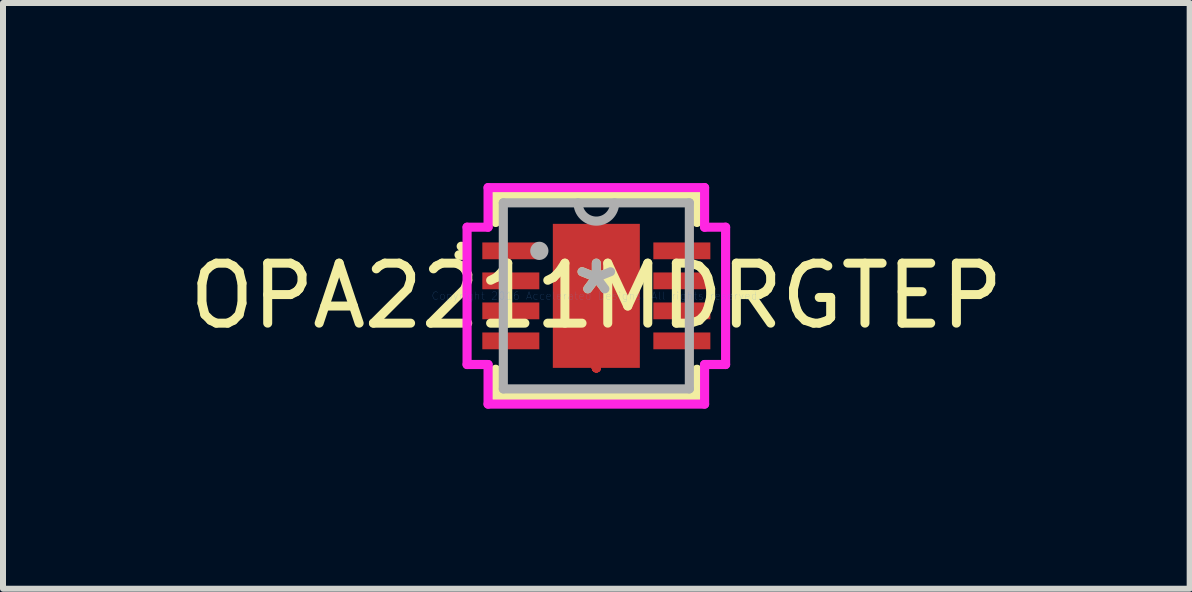
<source format=kicad_pcb>
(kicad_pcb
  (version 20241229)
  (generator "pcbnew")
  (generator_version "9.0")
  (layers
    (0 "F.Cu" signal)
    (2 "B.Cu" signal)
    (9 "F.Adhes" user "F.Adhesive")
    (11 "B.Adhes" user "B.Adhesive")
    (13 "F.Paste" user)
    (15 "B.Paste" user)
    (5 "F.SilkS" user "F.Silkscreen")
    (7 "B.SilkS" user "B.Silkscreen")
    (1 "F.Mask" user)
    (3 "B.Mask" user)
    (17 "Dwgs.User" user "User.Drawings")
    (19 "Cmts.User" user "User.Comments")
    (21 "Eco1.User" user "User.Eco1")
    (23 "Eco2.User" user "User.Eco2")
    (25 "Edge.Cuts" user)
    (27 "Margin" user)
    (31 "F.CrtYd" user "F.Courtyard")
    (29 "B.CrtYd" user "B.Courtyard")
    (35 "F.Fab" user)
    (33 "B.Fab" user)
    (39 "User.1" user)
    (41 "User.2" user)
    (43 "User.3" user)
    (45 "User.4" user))
  (footprint "OPA2211MDRGTEP"
    (layer "F.Cu")
    (at 6.887 1.88)
    (property "Reference" "OPA2211MDRGTEP" (at 0 0 0) (layer "F.SilkS") (effects (font (size 1 1) (thickness 0.15))))
    (attr through_hole)
    (fp_line (start 0 -1.2) (end 0 -1.2) (stroke (width 0.152) (type solid)) (layer "F.Cu"))
    (fp_line (start 0 -1.2) (end 0 -1.2) (stroke (width 0.152) (type solid)) (layer "F.Cu"))
    (fp_line (start 0 -1.2) (end 0 -1.2) (stroke (width 0.152) (type solid)) (layer "F.Cu"))
    (fp_line (start 0 -1.2) (end 0 -1.2) (stroke (width 0.152) (type solid)) (layer "F.Cu"))
    (fp_line (start 0 -1.2) (end 0 -1.2) (stroke (width 0.152) (type solid)) (layer "F.Cu"))
    (fp_line (start 0 -1.2) (end 0 -1.2) (stroke (width 0.152) (type solid)) (layer "F.Cu"))
    (fp_line (start 0 -1.2) (end 0 -1.2) (stroke (width 0.152) (type solid)) (layer "F.Cu"))
    (fp_line (start 0 -1.2) (end 0 -1.2) (stroke (width 0.152) (type solid)) (layer "F.Cu"))
    (fp_line (start 0 1.2) (end 0 1.2) (stroke (width 0.152) (type solid)) (layer "F.Cu"))
    (fp_line (start 0 1.2) (end 0 1.2) (stroke (width 0.152) (type solid)) (layer "F.Cu"))
    (fp_line (start 0 1.2) (end 0 1.2) (stroke (width 0.152) (type solid)) (layer "F.Cu"))
    (fp_line (start 0 1.2) (end 0 1.2) (stroke (width 0.152) (type solid)) (layer "F.Cu"))
    (fp_line (start 0 1.2) (end 0 1.2) (stroke (width 0.152) (type solid)) (layer "F.Cu"))
    (fp_line (start 0 1.2) (end 0 1.2) (stroke (width 0.152) (type solid)) (layer "F.Cu"))
    (fp_line (start 0 1.2) (end 0 1.2) (stroke (width 0.152) (type solid)) (layer "F.Cu"))
    (fp_line (start 0 1.2) (end 0 1.2) (stroke (width 0.152) (type solid)) (layer "F.Cu"))
    (fp_line (start -0.788 -1.264) (end -0.2 -1.264) (stroke (width 0.152) (type solid)) (layer "F.Mask"))
    (fp_line (start -0.788 -1.264) (end 0.788 -1.264) (stroke (width 0.152) (type solid)) (layer "F.Mask"))
    (fp_line (start -0.788 -0.987) (end -0.788 -1.264) (stroke (width 0.152) (type solid)) (layer "F.Mask"))
    (fp_line (start -0.788 -0.587) (end 0.788 -0.587) (stroke (width 0.152) (type solid)) (layer "F.Mask"))
    (fp_line (start -0.788 -0.2) (end -0.788 -0.587) (stroke (width 0.152) (type solid)) (layer "F.Mask"))
    (fp_line (start -0.788 0.2) (end 0.788 0.2) (stroke (width 0.152) (type solid)) (layer "F.Mask"))
    (fp_line (start -0.788 0.587) (end -0.788 0.2) (stroke (width 0.152) (type solid)) (layer "F.Mask"))
    (fp_line (start -0.788 0.987) (end 0.788 0.987) (stroke (width 0.152) (type solid)) (layer "F.Mask"))
    (fp_line (start -0.788 1.264) (end -0.788 -1.264) (stroke (width 0.152) (type solid)) (layer "F.Mask"))
    (fp_line (start -0.788 1.264) (end -0.788 0.987) (stroke (width 0.152) (type solid)) (layer "F.Mask"))
    (fp_line (start -0.2 -1.264) (end -0.2 1.264) (stroke (width 0.152) (type solid)) (layer "F.Mask"))
    (fp_line (start -0.2 1.264) (end -0.788 1.264) (stroke (width 0.152) (type solid)) (layer "F.Mask"))
    (fp_line (start 0 -1.2) (end 0 -1.2) (stroke (width 0.152) (type solid)) (layer "F.Mask"))
    (fp_line (start 0 -1.2) (end 0 -1.2) (stroke (width 0.152) (type solid)) (layer "F.Mask"))
    (fp_line (start 0 -1.2) (end 0 -1.2) (stroke (width 0.152) (type solid)) (layer "F.Mask"))
    (fp_line (start 0 -1.2) (end 0 -1.2) (stroke (width 0.152) (type solid)) (layer "F.Mask"))
    (fp_line (start 0 -1.2) (end 0 -1.2) (stroke (width 0.152) (type solid)) (layer "F.Mask"))
    (fp_line (start 0 -1.2) (end 0 -1.2) (stroke (width 0.152) (type solid)) (layer "F.Mask"))
    (fp_line (start 0 -1.2) (end 0 -1.2) (stroke (width 0.152) (type solid)) (layer "F.Mask"))
    (fp_line (start 0 -1.2) (end 0 -1.2) (stroke (width 0.152) (type solid)) (layer "F.Mask"))
    (fp_line (start 0 1.2) (end 0 1.2) (stroke (width 0.152) (type solid)) (layer "F.Mask"))
    (fp_line (start 0 1.2) (end 0 1.2) (stroke (width 0.152) (type solid)) (layer "F.Mask"))
    (fp_line (start 0 1.2) (end 0 1.2) (stroke (width 0.152) (type solid)) (layer "F.Mask"))
    (fp_line (start 0 1.2) (end 0 1.2) (stroke (width 0.152) (type solid)) (layer "F.Mask"))
    (fp_line (start 0 1.2) (end 0 1.2) (stroke (width 0.152) (type solid)) (layer "F.Mask"))
    (fp_line (start 0 1.2) (end 0 1.2) (stroke (width 0.152) (type solid)) (layer "F.Mask"))
    (fp_line (start 0 1.2) (end 0 1.2) (stroke (width 0.152) (type solid)) (layer "F.Mask"))
    (fp_line (start 0 1.2) (end 0 1.2) (stroke (width 0.152) (type solid)) (layer "F.Mask"))
    (fp_line (start 0.2 -1.264) (end 0.788 -1.264) (stroke (width 0.152) (type solid)) (layer "F.Mask"))
    (fp_line (start 0.2 1.264) (end 0.2 -1.264) (stroke (width 0.152) (type solid)) (layer "F.Mask"))
    (fp_line (start 0.788 -1.264) (end 0.788 -0.987) (stroke (width 0.152) (type solid)) (layer "F.Mask"))
    (fp_line (start 0.788 -1.264) (end 0.788 1.264) (stroke (width 0.152) (type solid)) (layer "F.Mask"))
    (fp_line (start 0.788 -0.987) (end -0.788 -0.987) (stroke (width 0.152) (type solid)) (layer "F.Mask"))
    (fp_line (start 0.788 -0.587) (end 0.788 -0.2) (stroke (width 0.152) (type solid)) (layer "F.Mask"))
    (fp_line (start 0.788 -0.2) (end -0.788 -0.2) (stroke (width 0.152) (type solid)) (layer "F.Mask"))
    (fp_line (start 0.788 0.2) (end 0.788 0.587) (stroke (width 0.152) (type solid)) (layer "F.Mask"))
    (fp_line (start 0.788 0.587) (end -0.788 0.587) (stroke (width 0.152) (type solid)) (layer "F.Mask"))
    (fp_line (start 0.788 0.987) (end 0.788 1.264) (stroke (width 0.152) (type solid)) (layer "F.Mask"))
    (fp_line (start 0.788 1.264) (end -0.788 1.264) (stroke (width 0.152) (type solid)) (layer "F.Mask"))
    (fp_line (start 0.788 1.264) (end 0.2 1.264) (stroke (width 0.152) (type solid)) (layer "F.Mask"))
    (fp_line (start -1.677 -1.677) (end -1.677 -1.223) (stroke (width 0.152) (type solid)) (layer "F.SilkS"))
    (fp_line (start -1.677 1.223) (end -1.677 1.677) (stroke (width 0.152) (type solid)) (layer "F.SilkS"))
    (fp_line (start -1.677 1.677) (end 1.677 1.677) (stroke (width 0.152) (type solid)) (layer "F.SilkS"))
    (fp_line (start 1.677 -1.677) (end -1.677 -1.677) (stroke (width 0.152) (type solid)) (layer "F.SilkS"))
    (fp_line (start 1.677 -1.223) (end 1.677 -1.677) (stroke (width 0.152) (type solid)) (layer "F.SilkS"))
    (fp_line (start 1.677 1.677) (end 1.677 1.223) (stroke (width 0.152) (type solid)) (layer "F.SilkS"))
    (fp_arc (start -2.251667 -0.8262) (mid -2.177838 -0.73114) (end -2.288213 -0.683136) (stroke (width 0.1524) (type solid)) (layer "F.SilkS"))
    (fp_line (start -0.65 -1.125) (end -0.65 -0.887) (stroke (width 0.152) (type solid)) (layer "F.Paste"))
    (fp_line (start -0.65 -0.887) (end -0.241 -0.887) (stroke (width 0.152) (type solid)) (layer "F.Paste"))
    (fp_line (start -0.65 -0.687) (end -0.65 -0.1) (stroke (width 0.152) (type solid)) (layer "F.Paste"))
    (fp_line (start -0.65 -0.1) (end -0.241 -0.1) (stroke (width 0.152) (type solid)) (layer "F.Paste"))
    (fp_line (start -0.65 0.1) (end -0.65 0.687) (stroke (width 0.152) (type solid)) (layer "F.Paste"))
    (fp_line (start -0.65 0.687) (end -0.241 0.687) (stroke (width 0.152) (type solid)) (layer "F.Paste"))
    (fp_line (start -0.65 0.887) (end -0.65 1.125) (stroke (width 0.152) (type solid)) (layer "F.Paste"))
    (fp_line (start -0.65 1.125) (end -0.1 1.125) (stroke (width 0.152) (type solid)) (layer "F.Paste"))
    (fp_line (start -0.241 -0.887) (end -0.241 -0.887) (stroke (width 0.152) (type solid)) (layer "F.Paste"))
    (fp_line (start -0.241 -0.887) (end -0.1 -1.029) (stroke (width 0.152) (type solid)) (layer "F.Paste"))
    (fp_line (start -0.241 -0.687) (end -0.65 -0.687) (stroke (width 0.152) (type solid)) (layer "F.Paste"))
    (fp_line (start -0.241 -0.687) (end -0.241 -0.687) (stroke (width 0.152) (type solid)) (layer "F.Paste"))
    (fp_line (start -0.241 -0.1) (end -0.241 -0.1) (stroke (width 0.152) (type solid)) (layer "F.Paste"))
    (fp_line (start -0.241 -0.1) (end -0.1 -0.241) (stroke (width 0.152) (type solid)) (layer "F.Paste"))
    (fp_line (start -0.241 0.1) (end -0.65 0.1) (stroke (width 0.152) (type solid)) (layer "F.Paste"))
    (fp_line (start -0.241 0.1) (end -0.241 0.1) (stroke (width 0.152) (type solid)) (layer "F.Paste"))
    (fp_line (start -0.241 0.687) (end -0.241 0.687) (stroke (width 0.152) (type solid)) (layer "F.Paste"))
    (fp_line (start -0.241 0.687) (end -0.1 0.546) (stroke (width 0.152) (type solid)) (layer "F.Paste"))
    (fp_line (start -0.241 0.887) (end -0.65 0.887) (stroke (width 0.152) (type solid)) (layer "F.Paste"))
    (fp_line (start -0.241 0.887) (end -0.241 0.887) (stroke (width 0.152) (type solid)) (layer "F.Paste"))
    (fp_line (start -0.1 -1.125) (end -0.65 -1.125) (stroke (width 0.152) (type solid)) (layer "F.Paste"))
    (fp_line (start -0.1 -1.029) (end -0.1 -1.125) (stroke (width 0.152) (type solid)) (layer "F.Paste"))
    (fp_line (start -0.1 -1.029) (end -0.1 -1.029) (stroke (width 0.152) (type solid)) (layer "F.Paste"))
    (fp_line (start -0.1 -0.546) (end -0.241 -0.687) (stroke (width 0.152) (type solid)) (layer "F.Paste"))
    (fp_line (start -0.1 -0.546) (end -0.1 -0.546) (stroke (width 0.152) (type solid)) (layer "F.Paste"))
    (fp_line (start -0.1 -0.241) (end -0.1 -0.546) (stroke (width 0.152) (type solid)) (layer "F.Paste"))
    (fp_line (start -0.1 -0.241) (end -0.1 -0.241) (stroke (width 0.152) (type solid)) (layer "F.Paste"))
    (fp_line (start -0.1 0.241) (end -0.241 0.1) (stroke (width 0.152) (type solid)) (layer "F.Paste"))
    (fp_line (start -0.1 0.241) (end -0.1 0.241) (stroke (width 0.152) (type solid)) (layer "F.Paste"))
    (fp_line (start -0.1 0.546) (end -0.1 0.241) (stroke (width 0.152) (type solid)) (layer "F.Paste"))
    (fp_line (start -0.1 0.546) (end -0.1 0.546) (stroke (width 0.152) (type solid)) (layer "F.Paste"))
    (fp_line (start -0.1 1.029) (end -0.241 0.887) (stroke (width 0.152) (type solid)) (layer "F.Paste"))
    (fp_line (start -0.1 1.029) (end -0.1 1.029) (stroke (width 0.152) (type solid)) (layer "F.Paste"))
    (fp_line (start -0.1 1.125) (end -0.1 1.029) (stroke (width 0.152) (type solid)) (layer "F.Paste"))
    (fp_line (start 0.1 -1.125) (end 0.1 -1.029) (stroke (width 0.152) (type solid)) (layer "F.Paste"))
    (fp_line (start 0.1 -1.029) (end 0.1 -1.029) (stroke (width 0.152) (type solid)) (layer "F.Paste"))
    (fp_line (start 0.1 -1.029) (end 0.241 -0.887) (stroke (width 0.152) (type solid)) (layer "F.Paste"))
    (fp_line (start 0.1 -0.546) (end 0.1 -0.546) (stroke (width 0.152) (type solid)) (layer "F.Paste"))
    (fp_line (start 0.1 -0.546) (end 0.1 -0.241) (stroke (width 0.152) (type solid)) (layer "F.Paste"))
    (fp_line (start 0.1 -0.241) (end 0.1 -0.241) (stroke (width 0.152) (type solid)) (layer "F.Paste"))
    (fp_line (start 0.1 -0.241) (end 0.241 -0.1) (stroke (width 0.152) (type solid)) (layer "F.Paste"))
    (fp_line (start 0.1 0.241) (end 0.1 0.241) (stroke (width 0.152) (type solid)) (layer "F.Paste"))
    (fp_line (start 0.1 0.241) (end 0.1 0.546) (stroke (width 0.152) (type solid)) (layer "F.Paste"))
    (fp_line (start 0.1 0.546) (end 0.1 0.546) (stroke (width 0.152) (type solid)) (layer "F.Paste"))
    (fp_line (start 0.1 0.546) (end 0.241 0.687) (stroke (width 0.152) (type solid)) (layer "F.Paste"))
    (fp_line (start 0.1 1.029) (end 0.1 1.029) (stroke (width 0.152) (type solid)) (layer "F.Paste"))
    (fp_line (start 0.1 1.029) (end 0.1 1.125) (stroke (width 0.152) (type solid)) (layer "F.Paste"))
    (fp_line (start 0.1 1.125) (end 0.65 1.125) (stroke (width 0.152) (type solid)) (layer "F.Paste"))
    (fp_line (start 0.241 -0.887) (end 0.241 -0.887) (stroke (width 0.152) (type solid)) (layer "F.Paste"))
    (fp_line (start 0.241 -0.887) (end 0.65 -0.887) (stroke (width 0.152) (type solid)) (layer "F.Paste"))
    (fp_line (start 0.241 -0.687) (end 0.1 -0.546) (stroke (width 0.152) (type solid)) (layer "F.Paste"))
    (fp_line (start 0.241 -0.687) (end 0.241 -0.687) (stroke (width 0.152) (type solid)) (layer "F.Paste"))
    (fp_line (start 0.241 -0.1) (end 0.241 -0.1) (stroke (width 0.152) (type solid)) (layer "F.Paste"))
    (fp_line (start 0.241 -0.1) (end 0.65 -0.1) (stroke (width 0.152) (type solid)) (layer "F.Paste"))
    (fp_line (start 0.241 0.1) (end 0.1 0.241) (stroke (width 0.152) (type solid)) (layer "F.Paste"))
    (fp_line (start 0.241 0.1) (end 0.241 0.1) (stroke (width 0.152) (type solid)) (layer "F.Paste"))
    (fp_line (start 0.241 0.687) (end 0.241 0.687) (stroke (width 0.152) (type solid)) (layer "F.Paste"))
    (fp_line (start 0.241 0.687) (end 0.65 0.687) (stroke (width 0.152) (type solid)) (layer "F.Paste"))
    (fp_line (start 0.241 0.887) (end 0.1 1.029) (stroke (width 0.152) (type solid)) (layer "F.Paste"))
    (fp_line (start 0.241 0.887) (end 0.241 0.887) (stroke (width 0.152) (type solid)) (layer "F.Paste"))
    (fp_line (start 0.65 -1.125) (end 0.1 -1.125) (stroke (width 0.152) (type solid)) (layer "F.Paste"))
    (fp_line (start 0.65 -0.887) (end 0.65 -1.125) (stroke (width 0.152) (type solid)) (layer "F.Paste"))
    (fp_line (start 0.65 -0.687) (end 0.241 -0.687) (stroke (width 0.152) (type solid)) (layer "F.Paste"))
    (fp_line (start 0.65 -0.1) (end 0.65 -0.687) (stroke (width 0.152) (type solid)) (layer "F.Paste"))
    (fp_line (start 0.65 0.1) (end 0.241 0.1) (stroke (width 0.152) (type solid)) (layer "F.Paste"))
    (fp_line (start 0.65 0.687) (end 0.65 0.1) (stroke (width 0.152) (type solid)) (layer "F.Paste"))
    (fp_line (start 0.65 0.887) (end 0.241 0.887) (stroke (width 0.152) (type solid)) (layer "F.Paste"))
    (fp_line (start 0.65 1.125) (end 0.65 0.887) (stroke (width 0.152) (type solid)) (layer "F.Paste"))
    (fp_circle (center 0 -0.787) (end 0.191 -0.787) (stroke (width 0.152) (type solid)) (fill no) (layer "Eco1.User"))
    (fp_circle (center 0 0) (end 0.191 0) (stroke (width 0.152) (type solid)) (fill no) (layer "Eco1.User"))
    (fp_circle (center 0 0.787) (end 0.191 0.787) (stroke (width 0.152) (type solid)) (fill no) (layer "Eco1.User"))
    (fp_line (start -2.154 -1.144) (end -1.804 -1.144) (stroke (width 0.152) (type solid)) (layer "F.CrtYd"))
    (fp_line (start -2.154 1.144) (end -2.154 -1.144) (stroke (width 0.152) (type solid)) (layer "F.CrtYd"))
    (fp_line (start -1.804 -1.804) (end 1.804 -1.804) (stroke (width 0.152) (type solid)) (layer "F.CrtYd"))
    (fp_line (start -1.804 -1.144) (end -1.804 -1.804) (stroke (width 0.152) (type solid)) (layer "F.CrtYd"))
    (fp_line (start -1.804 1.144) (end -2.154 1.144) (stroke (width 0.152) (type solid)) (layer "F.CrtYd"))
    (fp_line (start -1.804 1.804) (end -1.804 1.144) (stroke (width 0.152) (type solid)) (layer "F.CrtYd"))
    (fp_line (start 1.804 -1.804) (end 1.804 -1.144) (stroke (width 0.152) (type solid)) (layer "F.CrtYd"))
    (fp_line (start 1.804 -1.144) (end 2.154 -1.144) (stroke (width 0.152) (type solid)) (layer "F.CrtYd"))
    (fp_line (start 1.804 1.144) (end 1.804 1.804) (stroke (width 0.152) (type solid)) (layer "F.CrtYd"))
    (fp_line (start 1.804 1.804) (end -1.804 1.804) (stroke (width 0.152) (type solid)) (layer "F.CrtYd"))
    (fp_line (start 2.154 -1.144) (end 2.154 1.144) (stroke (width 0.152) (type solid)) (layer "F.CrtYd"))
    (fp_line (start 2.154 1.144) (end 1.804 1.144) (stroke (width 0.152) (type solid)) (layer "F.CrtYd"))
    (fp_line (start -1.55 -1.55) (end -1.55 1.55) (stroke (width 0.152) (type solid)) (layer "F.Fab"))
    (fp_line (start -1.55 1.55) (end 1.55 1.55) (stroke (width 0.152) (type solid)) (layer "F.Fab"))
    (fp_line (start 1.55 -1.55) (end -1.55 -1.55) (stroke (width 0.152) (type solid)) (layer "F.Fab"))
    (fp_line (start 1.55 1.55) (end 1.55 -1.55) (stroke (width 0.152) (type solid)) (layer "F.Fab"))
    (fp_arc (start 0.3048 -1.549999) (mid 0 -1.245199) (end -0.3048 -1.549999) (stroke (width 0.1524) (type solid)) (layer "F.Fab"))
    (fp_circle (center -0.95 -0.75) (end -0.874 -0.75) (stroke (width 0.152) (type solid)) (fill no) (layer "F.Fab"))
    (fp_text user "*" (at 0 0 0) (layer "F.SilkS") (effects (font (size 1 1) (thickness 0.15))))
    (fp_text user "Copyright 2016 Accelerated Designs. All rights reserved." (at 0 0 0) (layer "Cmts.User") (effects (font (size 0.127 0.127) (thickness 0.002))))
    (fp_text user "*" (at 0 0 0) (layer "F.Fab") (effects (font (size 1 1) (thickness 0.15))))
    (pad "1" smd rect (at -1.425 -0.75) (size 0.95 0.28) (layers "F.Cu" "F.Mask" "F.Paste"))
    (pad "2" smd rect (at -1.425 -0.25) (size 0.95 0.28) (layers "F.Cu" "F.Mask" "F.Paste"))
    (pad "3" smd rect (at -1.425 0.25) (size 0.95 0.28) (layers "F.Cu" "F.Mask" "F.Paste"))
    (pad "4" smd rect (at -1.425 0.75) (size 0.95 0.28) (layers "F.Cu" "F.Mask" "F.Paste"))
    (pad "5" smd rect (at 1.425 0.75) (size 0.95 0.28) (layers "F.Cu" "F.Mask" "F.Paste"))
    (pad "6" smd rect (at 1.425 0.25) (size 0.95 0.28) (layers "F.Cu" "F.Mask" "F.Paste"))
    (pad "7" smd rect (at 1.425 -0.25) (size 0.95 0.28) (layers "F.Cu" "F.Mask" "F.Paste"))
    (pad "8" smd rect (at 1.425 -0.75) (size 0.95 0.28) (layers "F.Cu" "F.Mask" "F.Paste"))
    (pad "9" smd rect (at 0 0) (size 1.45 2.4) (layers "F.Cu" "F.Mask" "F.Paste")))
  (gr_rect
    (start -3 -3)
    (end 16.774 6.76)
    (stroke (width 0.1) (type default))
    (fill no)
    (layer "Edge.Cuts")))
</source>
